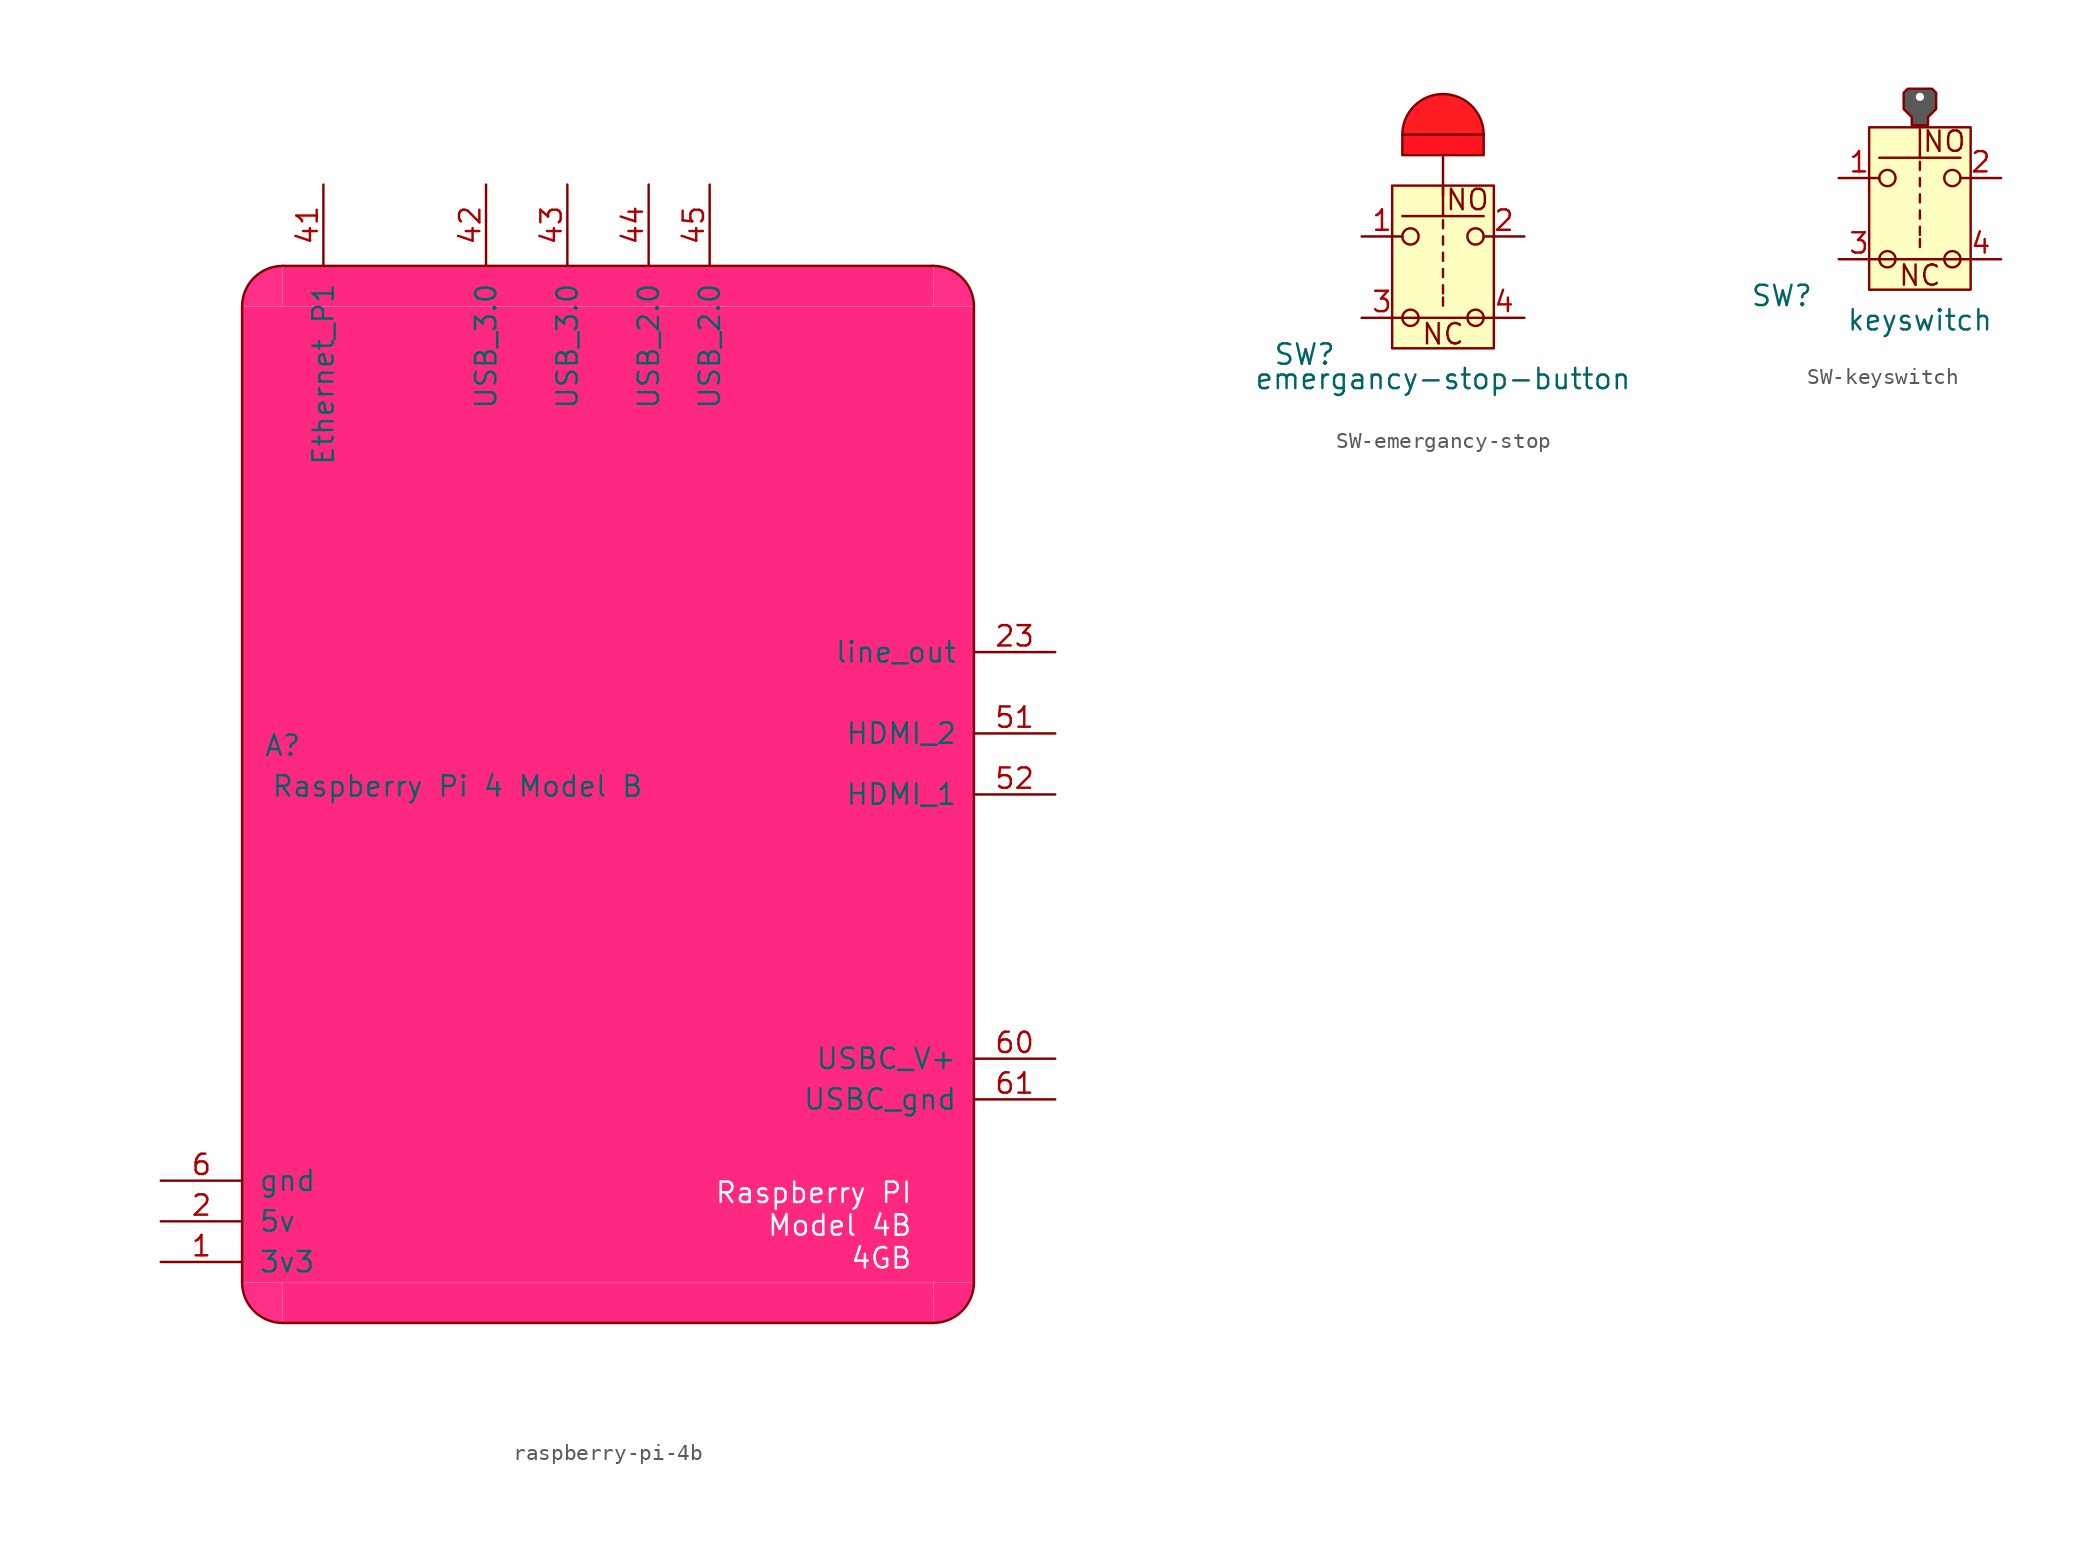
<source format=kicad_sym>
(kicad_symbol_lib
  (version 20231120)
  (generator "kicad_symbol_editor")
  (generator_version "8.0")
  (symbol "raspberry-pi-4b"
    (pin_names
      (offset 1.016))
    (property "Reference" "A"
      (at -20.32 4.318 0)
      (effects (font (size 1.27 1.27))))
    (property "Value" "Raspberry Pi 4 Model B"
      (at -9.398 1.778 0)
      (effects (font (size 1.27 1.27))))
    (symbol "raspberry-pi-4b_1_0"
      (text "Raspberry PI\nModel 4B\n4GB" (at 19.05 -25.654 0) (effects (font (size 1.27 1.27) (color 252 255 253 1)) (justify right))))
    (symbol "raspberry-pi-4b_1_1"
      (arc (start -22.8598 -29.2098) (mid -22.1159 -31.0059) (end -20.3198 -31.7498) (stroke (width 0) (type default)) (fill (type color) (color 255 47 136 1)))
      (rectangle (start -22.86 31.75) (end 22.86 -29.21) (stroke (width -0.0001) (type default)) (fill (type color) (color 255 40 128 1)))
      (rectangle (start -20.32 -29.21) (end 20.32 -31.75) (stroke (width -0.0001) (type default)) (fill (type color) (color 255 40 128 1)))
      (arc (start -20.3198 34.2898) (mid -22.1159 33.5459) (end -22.8598 31.7498) (stroke (width 0) (type default)) (fill (type color) (color 255 47 136 1)))
      (rectangle (start -20.32 34.29) (end 20.32 31.75) (stroke (width -0.0001) (type default)) (fill (type color) (color 255 40 128 1)))
      (polyline (pts (xy -22.86 31.75) (xy -22.86 -29.21)) (stroke (width 0) (type default)) (fill (type none)))
      (polyline (pts (xy -20.32 -31.75) (xy 20.32 -31.75)) (stroke (width 0) (type default)) (fill (type color) (color 255 44 122 1)))
      (polyline (pts (xy 20.32 34.29) (xy -20.32 34.29)) (stroke (width 0) (type default)) (fill (type none)))
      (polyline (pts (xy 22.86 -29.21) (xy 22.86 31.75)) (stroke (width 0) (type default)) (fill (type none)))
      (arc (start 20.3198 -31.7498) (mid 22.1159 -31.0059) (end 22.8598 -29.2098) (stroke (width 0) (type default)) (fill (type color) (color 255 40 128 1)))
      (arc (start 22.8598 31.7498) (mid 22.1159 33.5459) (end 20.3198 34.2898) (stroke (width 0) (type default)) (fill (type color) (color 255 47 136 1)))
      (pin passive line (at -27.94 -27.94 0) (length 5.08) (name "3v3" (effects (font (size 1.27 1.27)))) (number "1" (effects (font (size 1.27 1.27)))))
      (pin passive line (at -27.94 -25.4 0) (length 5.08) (name "5v" (effects (font (size 1.27 1.27)))) (number "2" (effects (font (size 1.27 1.27)))))
      (pin output line (at 27.94 10.16 180) (length 5.08) (name "line_out" (effects (font (size 1.27 1.27)))) (number "23" (effects (font (size 1.27 1.27)))))
      (pin bidirectional line (at -17.78 39.37 270) (length 5.08) (name "Ethernet_P1" (effects (font (size 1.27 1.27)))) (number "41" (effects (font (size 1.27 1.27)))))
      (pin bidirectional line (at -7.62 39.37 270) (length 5.08) (name "USB_3.0" (effects (font (size 1.27 1.27)))) (number "42" (effects (font (size 1.27 1.27)))))
      (pin bidirectional line (at -2.54 39.37 270) (length 5.08) (name "USB_3.0" (effects (font (size 1.27 1.27)))) (number "43" (effects (font (size 1.27 1.27)))))
      (pin bidirectional line (at 2.54 39.37 270) (length 5.08) (name "USB_2.0" (effects (font (size 1.27 1.27)))) (number "44" (effects (font (size 1.27 1.27)))))
      (pin bidirectional line (at 6.35 39.37 270) (length 5.08) (name "USB_2.0" (effects (font (size 1.27 1.27)))) (number "45" (effects (font (size 1.27 1.27)))))
      (pin output line (at 27.94 5.08 180) (length 5.08) (name "HDMI_2" (effects (font (size 1.27 1.27)))) (number "51" (effects (font (size 1.27 1.27)))))
      (pin output line (at 27.94 1.27 180) (length 5.08) (name "HDMI_1" (effects (font (size 1.27 1.27)))) (number "52" (effects (font (size 1.27 1.27)))))
      (pin input line (at -27.94 -22.86 0) (length 5.08) (name "gnd" (effects (font (size 1.27 1.27)))) (number "6" (effects (font (size 1.27 1.27)))))
      (pin input line (at 27.94 -15.24 180) (length 5.08) (name "USBC_V+" (effects (font (size 1.27 1.27)))) (number "60" (effects (font (size 1.27 1.27)))))
      (pin passive line (at 27.94 -17.78 180) (length 5.08) (name "USBC_gnd" (effects (font (size 1.27 1.27)))) (number "61" (effects (font (size 1.27 1.27)))))))
  (symbol "SW-emergancy-stop"
    (pin_names
      (offset 1.016) hide)
    (property "Reference" "SW"
      (at -8.636 -4.826 0)
      (effects (font (size 1.27 1.27))))
    (property "Value" "emergancy-stop-button"
      (at 0 -6.35 0)
      (effects (font (size 1.27 1.27))))
    (symbol "SW-emergancy-stop_0_1"
      (circle (center -2.032 -2.54) (radius 0.508) (stroke (width 0) (type default)) (fill (type none)))
      (circle (center -2.032 2.54) (radius 0.508) (stroke (width 0) (type default)) (fill (type none)))
      (polyline (pts (xy -2.54 8.89) (xy 2.54 8.89)) (stroke (width 0) (type default)) (fill (type none)))
      (polyline (pts (xy 0 -1.27) (xy 0 -1.778)) (stroke (width 0) (type default)) (fill (type none)))
      (polyline (pts (xy 0 -0.508) (xy 0 -1.016)) (stroke (width 0) (type default)) (fill (type none)))
      (polyline (pts (xy 0 0.508) (xy 0 0)) (stroke (width 0) (type default)) (fill (type none)))
      (polyline (pts (xy 0 1.016) (xy 0 1.524)) (stroke (width 0) (type default)) (fill (type none)))
      (polyline (pts (xy 0 2.032) (xy 0 2.54)) (stroke (width 0) (type default)) (fill (type none)))
      (polyline (pts (xy 0 3.048) (xy 0 3.556)) (stroke (width 0) (type default)) (fill (type none)))
      (polyline (pts (xy 0 3.81) (xy 0 5.588)) (stroke (width 0) (type default)) (fill (type none)))
      (polyline (pts (xy 0 7.62) (xy 0 5.08)) (stroke (width 0) (type default)) (fill (type none)))
      (polyline (pts (xy 2.54 -2.54) (xy -2.54 -2.54)) (stroke (width 0) (type default)) (fill (type none)))
      (polyline (pts (xy 2.54 3.81) (xy -2.54 3.81)) (stroke (width 0) (type default)) (fill (type none)))
      (circle (center 2.032 -2.54) (radius 0.508) (stroke (width 0) (type default)) (fill (type none)))
      (circle (center 2.032 2.54) (radius 0.508) (stroke (width 0) (type default)) (fill (type none)))
      (pin passive line (at -5.08 2.54 0) (length 2.54) (name "1" (effects (font (size 1.27 1.27)))) (number "1" (effects (font (size 1.27 1.27)))))
      (pin passive line (at 5.08 2.54 180) (length 2.54) (name "2" (effects (font (size 1.27 1.27)))) (number "2" (effects (font (size 1.27 1.27)))))
      (pin passive line (at -5.08 -2.54 0) (length 2.54) (name "3" (effects (font (size 1.27 1.27)))) (number "3" (effects (font (size 1.27 1.27)))))
      (pin passive line (at 5.08 -2.54 180) (length 2.54) (name "4" (effects (font (size 1.27 1.27)))) (number "4" (effects (font (size 1.27 1.27))))))
    (symbol "SW-emergancy-stop_1_1"
      (rectangle (start -3.175 5.715) (end 3.175 -4.445) (stroke (width 0) (type default)) (fill (type background)))
      (rectangle (start -2.54 8.89) (end 2.54 7.62) (stroke (width 0) (type default)) (fill (type color) (color 255 20 33 1)))
      (arc (start 2.54 8.89) (mid 0 11.43) (end -2.54 8.89) (stroke (width 0) (type default)) (fill (type color) (color 255 28 35 1)))
      (text "NC" (at 0 -3.556 0) (effects (font (size 1.27 1.27))))
      (text "NO" (at 1.524 4.826 0) (effects (font (size 1.27 1.27))))))
  (symbol "SW-keyswitch"
    (pin_names
      (offset 1.016) hide)
    (property "Reference" "SW"
      (at -8.636 -4.826 0)
      (effects (font (size 1.27 1.27))))
    (property "Value" "keyswitch"
      (at 0 -6.35 0)
      (effects (font (size 1.27 1.27))))
    (symbol "SW-keyswitch_0_1"
      (circle (center -2.032 -2.54) (radius 0.508) (stroke (width 0) (type default)) (fill (type none)))
      (circle (center -2.032 2.54) (radius 0.508) (stroke (width 0) (type default)) (fill (type none)))
      (polyline (pts (xy 0 -1.27) (xy 0 -1.778)) (stroke (width 0) (type default)) (fill (type none)))
      (polyline (pts (xy 0 -0.508) (xy 0 -1.016)) (stroke (width 0) (type default)) (fill (type none)))
      (polyline (pts (xy 0 0.508) (xy 0 0)) (stroke (width 0) (type default)) (fill (type none)))
      (polyline (pts (xy 0 1.016) (xy 0 1.524)) (stroke (width 0) (type default)) (fill (type none)))
      (polyline (pts (xy 0 2.032) (xy 0 2.54)) (stroke (width 0) (type default)) (fill (type none)))
      (polyline (pts (xy 0 3.048) (xy 0 3.556)) (stroke (width 0) (type default)) (fill (type none)))
      (polyline (pts (xy 0 3.81) (xy 0 5.588)) (stroke (width 0) (type default)) (fill (type none)))
      (polyline (pts (xy 2.54 -2.54) (xy -2.54 -2.54)) (stroke (width 0) (type default)) (fill (type none)))
      (polyline (pts (xy 2.54 3.81) (xy -2.54 3.81)) (stroke (width 0) (type default)) (fill (type none)))
      (circle (center 2.032 -2.54) (radius 0.508) (stroke (width 0) (type default)) (fill (type none)))
      (circle (center 2.032 2.54) (radius 0.508) (stroke (width 0) (type default)) (fill (type none)))
      (pin passive line (at -5.08 2.54 0) (length 2.54) (name "1" (effects (font (size 1.27 1.27)))) (number "1" (effects (font (size 1.27 1.27)))))
      (pin passive line (at 5.08 2.54 180) (length 2.54) (name "2" (effects (font (size 1.27 1.27)))) (number "2" (effects (font (size 1.27 1.27)))))
      (pin passive line (at -5.08 -2.54 0) (length 2.54) (name "3" (effects (font (size 1.27 1.27)))) (number "3" (effects (font (size 1.27 1.27)))))
      (pin passive line (at 5.08 -2.54 180) (length 2.54) (name "4" (effects (font (size 1.27 1.27)))) (number "4" (effects (font (size 1.27 1.27))))))
    (symbol "SW-keyswitch_1_1"
      (rectangle (start -3.175 5.715) (end 3.175 -4.445) (stroke (width 0) (type default)) (fill (type background)))
      (polyline (pts (xy -0.508 5.842) (xy -0.508 6.35) (xy -0.762 6.604) (xy -1.016 6.858) (xy -1.016 7.874) (xy -0.762 8.128) (xy 0.762 8.128) (xy 1.016 7.874) (xy 1.016 6.858) (xy 0.508 6.35) (xy 0.508 5.842) (xy -0.508 5.842)) (stroke (width 0) (type default)) (fill (type color) (color 89 89 89 1)))
      (circle (center 0 7.62) (radius 0.254) (stroke (width -0.0001) (type default)) (fill (type color) (color 255 255 255 1)))
      (text "NC" (at 0 -3.556 0) (effects (font (size 1.27 1.27))))
      (text "NO" (at 1.524 4.826 0) (effects (font (size 1.27 1.27)))))))
</source>
